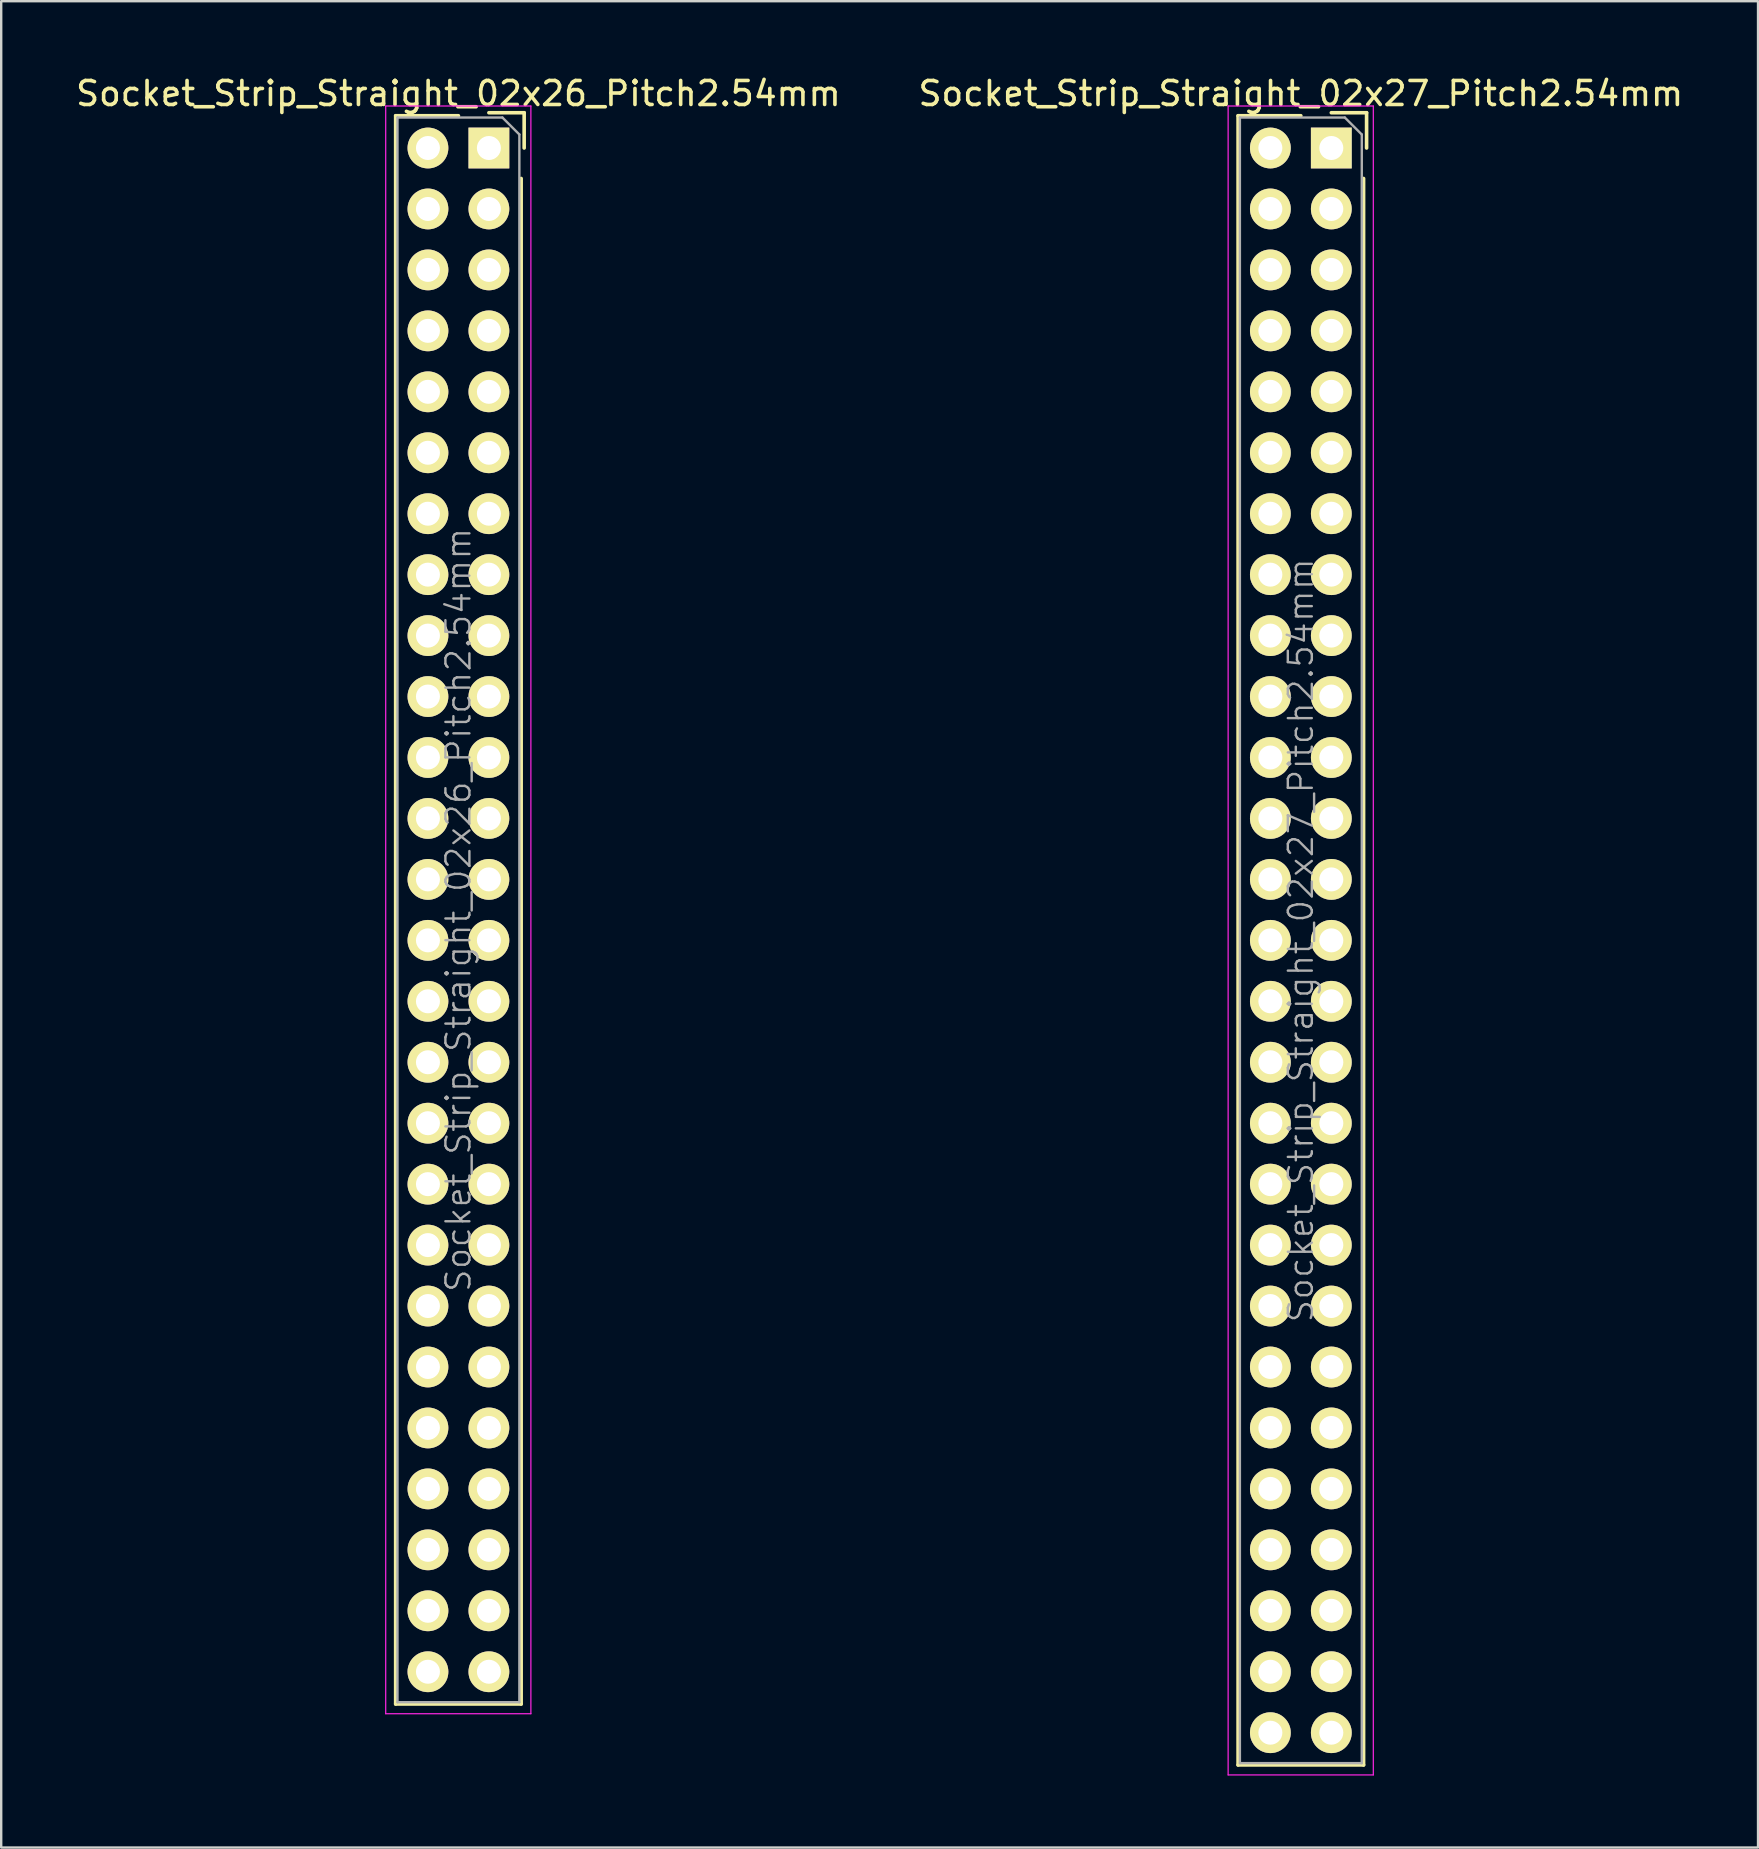
<source format=kicad_pcb>
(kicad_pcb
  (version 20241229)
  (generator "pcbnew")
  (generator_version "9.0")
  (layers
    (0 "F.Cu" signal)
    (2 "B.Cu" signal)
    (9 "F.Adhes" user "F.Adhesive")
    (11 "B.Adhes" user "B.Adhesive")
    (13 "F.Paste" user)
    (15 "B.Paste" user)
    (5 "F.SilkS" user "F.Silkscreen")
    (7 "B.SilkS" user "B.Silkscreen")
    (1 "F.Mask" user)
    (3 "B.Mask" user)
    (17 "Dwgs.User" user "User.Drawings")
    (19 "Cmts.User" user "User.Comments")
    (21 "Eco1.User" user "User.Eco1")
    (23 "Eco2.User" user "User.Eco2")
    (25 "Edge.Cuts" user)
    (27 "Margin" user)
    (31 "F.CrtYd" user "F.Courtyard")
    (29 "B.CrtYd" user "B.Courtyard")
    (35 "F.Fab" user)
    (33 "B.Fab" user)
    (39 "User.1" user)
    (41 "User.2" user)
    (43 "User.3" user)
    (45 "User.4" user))
  (footprint "Socket_Strip_Straight_02x27_Pitch2.54mm"
    (layer "F.Cu")
    (at 52.431 3.118)
    (property "Reference" "Socket_Strip_Straight_02x27_Pitch2.54mm" (at -1.27 -2.27 0) (layer "F.SilkS") (effects (font (size 1 1) (thickness 0.15))))
    (attr smd)
    (fp_line (start -3.885 -1.345) (end -3.885 67.385) (stroke (width 0.15) (type solid)) (layer "F.SilkS"))
    (fp_line (start -1.27 -1.345) (end -3.885 -1.345) (stroke (width 0.15) (type solid)) (layer "F.SilkS"))
    (fp_line (start 1.345 1.27) (end 1.345 67.385) (stroke (width 0.15) (type solid)) (layer "F.SilkS"))
    (fp_line (start 1.345 67.385) (end -3.885 67.385) (stroke (width 0.15) (type solid)) (layer "F.SilkS"))
    (fp_line (start 1.47 -1.47) (end 0 -1.47) (stroke (width 0.15) (type solid)) (layer "F.SilkS"))
    (fp_line (start 1.47 -1.47) (end 1.47 0) (stroke (width 0.15) (type solid)) (layer "F.SilkS"))
    (fp_line (start -4.3 -1.75) (end -4.3 67.8) (stroke (width 0.05) (type solid)) (layer "F.CrtYd"))
    (fp_line (start 1.75 -1.75) (end -4.3 -1.75) (stroke (width 0.05) (type solid)) (layer "F.CrtYd"))
    (fp_line (start 1.75 -1.75) (end 1.75 67.8) (stroke (width 0.05) (type solid)) (layer "F.CrtYd"))
    (fp_line (start 1.75 67.8) (end -4.3 67.8) (stroke (width 0.05) (type solid)) (layer "F.CrtYd"))
    (fp_line (start -3.81 -1.27) (end 0.563 -1.27) (stroke (width 0.1) (type solid)) (layer "F.Fab"))
    (fp_line (start -3.81 67.31) (end -3.81 -1.27) (stroke (width 0.1) (type solid)) (layer "F.Fab"))
    (fp_line (start -3.81 67.31) (end 1.27 67.31) (stroke (width 0.1) (type solid)) (layer "F.Fab"))
    (fp_line (start 1.27 -0.563) (end 0.563 -1.27) (stroke (width 0.1) (type solid)) (layer "F.Fab"))
    (fp_line (start 1.27 67.31) (end 1.27 -0.563) (stroke (width 0.1) (type solid)) (layer "F.Fab"))
    (fp_text user "${REFERENCE}" (at -1.27 33.02 90) (layer "F.Fab") (effects (font (size 1 1) (thickness 0.1))))
    (pad "1" thru_hole rect (at 0 0) (size 1.7 1.7) (drill 1) (layers "*.Cu" "*.Mask" "F.SilkS"))
    (pad "2" thru_hole oval (at -2.54 0) (size 1.7 1.7) (drill 1) (layers "*.Cu" "*.Mask" "F.SilkS"))
    (pad "3" thru_hole oval (at 0 2.54) (size 1.7 1.7) (drill 1) (layers "*.Cu" "*.Mask" "F.SilkS"))
    (pad "4" thru_hole oval (at -2.54 2.54) (size 1.7 1.7) (drill 1) (layers "*.Cu" "*.Mask" "F.SilkS"))
    (pad "5" thru_hole oval (at 0 5.08) (size 1.7 1.7) (drill 1) (layers "*.Cu" "*.Mask" "F.SilkS"))
    (pad "6" thru_hole oval (at -2.54 5.08) (size 1.7 1.7) (drill 1) (layers "*.Cu" "*.Mask" "F.SilkS"))
    (pad "7" thru_hole oval (at 0 7.62) (size 1.7 1.7) (drill 1) (layers "*.Cu" "*.Mask" "F.SilkS"))
    (pad "8" thru_hole oval (at -2.54 7.62) (size 1.7 1.7) (drill 1) (layers "*.Cu" "*.Mask" "F.SilkS"))
    (pad "9" thru_hole oval (at 0 10.16) (size 1.7 1.7) (drill 1) (layers "*.Cu" "*.Mask" "F.SilkS"))
    (pad "10" thru_hole oval (at -2.54 10.16) (size 1.7 1.7) (drill 1) (layers "*.Cu" "*.Mask" "F.SilkS"))
    (pad "11" thru_hole oval (at 0 12.7) (size 1.7 1.7) (drill 1) (layers "*.Cu" "*.Mask" "F.SilkS"))
    (pad "12" thru_hole oval (at -2.54 12.7) (size 1.7 1.7) (drill 1) (layers "*.Cu" "*.Mask" "F.SilkS"))
    (pad "13" thru_hole oval (at 0 15.24) (size 1.7 1.7) (drill 1) (layers "*.Cu" "*.Mask" "F.SilkS"))
    (pad "14" thru_hole oval (at -2.54 15.24) (size 1.7 1.7) (drill 1) (layers "*.Cu" "*.Mask" "F.SilkS"))
    (pad "15" thru_hole oval (at 0 17.78) (size 1.7 1.7) (drill 1) (layers "*.Cu" "*.Mask" "F.SilkS"))
    (pad "16" thru_hole oval (at -2.54 17.78) (size 1.7 1.7) (drill 1) (layers "*.Cu" "*.Mask" "F.SilkS"))
    (pad "17" thru_hole oval (at 0 20.32) (size 1.7 1.7) (drill 1) (layers "*.Cu" "*.Mask" "F.SilkS"))
    (pad "18" thru_hole oval (at -2.54 20.32) (size 1.7 1.7) (drill 1) (layers "*.Cu" "*.Mask" "F.SilkS"))
    (pad "19" thru_hole oval (at 0 22.86) (size 1.7 1.7) (drill 1) (layers "*.Cu" "*.Mask" "F.SilkS"))
    (pad "20" thru_hole oval (at -2.54 22.86) (size 1.7 1.7) (drill 1) (layers "*.Cu" "*.Mask" "F.SilkS"))
    (pad "21" thru_hole oval (at 0 25.4) (size 1.7 1.7) (drill 1) (layers "*.Cu" "*.Mask" "F.SilkS"))
    (pad "22" thru_hole oval (at -2.54 25.4) (size 1.7 1.7) (drill 1) (layers "*.Cu" "*.Mask" "F.SilkS"))
    (pad "23" thru_hole oval (at 0 27.94) (size 1.7 1.7) (drill 1) (layers "*.Cu" "*.Mask" "F.SilkS"))
    (pad "24" thru_hole oval (at -2.54 27.94) (size 1.7 1.7) (drill 1) (layers "*.Cu" "*.Mask" "F.SilkS"))
    (pad "25" thru_hole oval (at 0 30.48) (size 1.7 1.7) (drill 1) (layers "*.Cu" "*.Mask" "F.SilkS"))
    (pad "26" thru_hole oval (at -2.54 30.48) (size 1.7 1.7) (drill 1) (layers "*.Cu" "*.Mask" "F.SilkS"))
    (pad "27" thru_hole oval (at 0 33.02) (size 1.7 1.7) (drill 1) (layers "*.Cu" "*.Mask" "F.SilkS"))
    (pad "28" thru_hole oval (at -2.54 33.02) (size 1.7 1.7) (drill 1) (layers "*.Cu" "*.Mask" "F.SilkS"))
    (pad "29" thru_hole oval (at 0 35.56) (size 1.7 1.7) (drill 1) (layers "*.Cu" "*.Mask" "F.SilkS"))
    (pad "30" thru_hole oval (at -2.54 35.56) (size 1.7 1.7) (drill 1) (layers "*.Cu" "*.Mask" "F.SilkS"))
    (pad "31" thru_hole oval (at 0 38.1) (size 1.7 1.7) (drill 1) (layers "*.Cu" "*.Mask" "F.SilkS"))
    (pad "32" thru_hole oval (at -2.54 38.1) (size 1.7 1.7) (drill 1) (layers "*.Cu" "*.Mask" "F.SilkS"))
    (pad "33" thru_hole oval (at 0 40.64) (size 1.7 1.7) (drill 1) (layers "*.Cu" "*.Mask" "F.SilkS"))
    (pad "34" thru_hole oval (at -2.54 40.64) (size 1.7 1.7) (drill 1) (layers "*.Cu" "*.Mask" "F.SilkS"))
    (pad "35" thru_hole oval (at 0 43.18) (size 1.7 1.7) (drill 1) (layers "*.Cu" "*.Mask" "F.SilkS"))
    (pad "36" thru_hole oval (at -2.54 43.18) (size 1.7 1.7) (drill 1) (layers "*.Cu" "*.Mask" "F.SilkS"))
    (pad "37" thru_hole oval (at 0 45.72) (size 1.7 1.7) (drill 1) (layers "*.Cu" "*.Mask" "F.SilkS"))
    (pad "38" thru_hole oval (at -2.54 45.72) (size 1.7 1.7) (drill 1) (layers "*.Cu" "*.Mask" "F.SilkS"))
    (pad "39" thru_hole oval (at 0 48.26) (size 1.7 1.7) (drill 1) (layers "*.Cu" "*.Mask" "F.SilkS"))
    (pad "40" thru_hole oval (at -2.54 48.26) (size 1.7 1.7) (drill 1) (layers "*.Cu" "*.Mask" "F.SilkS"))
    (pad "41" thru_hole oval (at 0 50.8) (size 1.7 1.7) (drill 1) (layers "*.Cu" "*.Mask" "F.SilkS"))
    (pad "42" thru_hole oval (at -2.54 50.8) (size 1.7 1.7) (drill 1) (layers "*.Cu" "*.Mask" "F.SilkS"))
    (pad "43" thru_hole oval (at 0 53.34) (size 1.7 1.7) (drill 1) (layers "*.Cu" "*.Mask" "F.SilkS"))
    (pad "44" thru_hole oval (at -2.54 53.34) (size 1.7 1.7) (drill 1) (layers "*.Cu" "*.Mask" "F.SilkS"))
    (pad "45" thru_hole oval (at 0 55.88) (size 1.7 1.7) (drill 1) (layers "*.Cu" "*.Mask" "F.SilkS"))
    (pad "46" thru_hole oval (at -2.54 55.88) (size 1.7 1.7) (drill 1) (layers "*.Cu" "*.Mask" "F.SilkS"))
    (pad "47" thru_hole oval (at 0 58.42) (size 1.7 1.7) (drill 1) (layers "*.Cu" "*.Mask" "F.SilkS"))
    (pad "48" thru_hole oval (at -2.54 58.42) (size 1.7 1.7) (drill 1) (layers "*.Cu" "*.Mask" "F.SilkS"))
    (pad "49" thru_hole oval (at 0 60.96) (size 1.7 1.7) (drill 1) (layers "*.Cu" "*.Mask" "F.SilkS"))
    (pad "50" thru_hole oval (at -2.54 60.96) (size 1.7 1.7) (drill 1) (layers "*.Cu" "*.Mask" "F.SilkS"))
    (pad "51" thru_hole oval (at 0 63.5) (size 1.7 1.7) (drill 1) (layers "*.Cu" "*.Mask" "F.SilkS"))
    (pad "52" thru_hole oval (at -2.54 63.5) (size 1.7 1.7) (drill 1) (layers "*.Cu" "*.Mask" "F.SilkS"))
    (pad "53" thru_hole oval (at 0 66.04) (size 1.7 1.7) (drill 1) (layers "*.Cu" "*.Mask" "F.SilkS"))
    (pad "54" thru_hole oval (at -2.54 66.04) (size 1.7 1.7) (drill 1) (layers "*.Cu" "*.Mask" "F.SilkS")))
  (footprint "Socket_Strip_Straight_02x26_Pitch2.54mm"
    (layer "F.Cu")
    (at 17.324 3.118)
    (property "Reference" "Socket_Strip_Straight_02x26_Pitch2.54mm" (at -1.27 -2.27 0) (layer "F.SilkS") (effects (font (size 1 1) (thickness 0.15))))
    (attr smd)
    (fp_line (start -3.885 -1.345) (end -3.885 64.845) (stroke (width 0.15) (type solid)) (layer "F.SilkS"))
    (fp_line (start -1.27 -1.345) (end -3.885 -1.345) (stroke (width 0.15) (type solid)) (layer "F.SilkS"))
    (fp_line (start 1.345 1.27) (end 1.345 64.845) (stroke (width 0.15) (type solid)) (layer "F.SilkS"))
    (fp_line (start 1.345 64.845) (end -3.885 64.845) (stroke (width 0.15) (type solid)) (layer "F.SilkS"))
    (fp_line (start 1.47 -1.47) (end 0 -1.47) (stroke (width 0.15) (type solid)) (layer "F.SilkS"))
    (fp_line (start 1.47 -1.47) (end 1.47 0) (stroke (width 0.15) (type solid)) (layer "F.SilkS"))
    (fp_line (start -4.3 -1.75) (end -4.3 65.25) (stroke (width 0.05) (type solid)) (layer "F.CrtYd"))
    (fp_line (start 1.75 -1.75) (end -4.3 -1.75) (stroke (width 0.05) (type solid)) (layer "F.CrtYd"))
    (fp_line (start 1.75 -1.75) (end 1.75 65.25) (stroke (width 0.05) (type solid)) (layer "F.CrtYd"))
    (fp_line (start 1.75 65.25) (end -4.3 65.25) (stroke (width 0.05) (type solid)) (layer "F.CrtYd"))
    (fp_line (start -3.81 -1.27) (end 0.563 -1.27) (stroke (width 0.1) (type solid)) (layer "F.Fab"))
    (fp_line (start -3.81 64.77) (end -3.81 -1.27) (stroke (width 0.1) (type solid)) (layer "F.Fab"))
    (fp_line (start -3.81 64.77) (end 1.27 64.77) (stroke (width 0.1) (type solid)) (layer "F.Fab"))
    (fp_line (start 1.27 -0.563) (end 0.563 -1.27) (stroke (width 0.1) (type solid)) (layer "F.Fab"))
    (fp_line (start 1.27 64.77) (end 1.27 -0.563) (stroke (width 0.1) (type solid)) (layer "F.Fab"))
    (fp_text user "${REFERENCE}" (at -1.27 31.75 90) (layer "F.Fab") (effects (font (size 1 1) (thickness 0.1))))
    (pad "1" thru_hole rect (at 0 0) (size 1.7 1.7) (drill 1) (layers "*.Cu" "*.Mask" "F.SilkS"))
    (pad "2" thru_hole oval (at -2.54 0) (size 1.7 1.7) (drill 1) (layers "*.Cu" "*.Mask" "F.SilkS"))
    (pad "3" thru_hole oval (at 0 2.54) (size 1.7 1.7) (drill 1) (layers "*.Cu" "*.Mask" "F.SilkS"))
    (pad "4" thru_hole oval (at -2.54 2.54) (size 1.7 1.7) (drill 1) (layers "*.Cu" "*.Mask" "F.SilkS"))
    (pad "5" thru_hole oval (at 0 5.08) (size 1.7 1.7) (drill 1) (layers "*.Cu" "*.Mask" "F.SilkS"))
    (pad "6" thru_hole oval (at -2.54 5.08) (size 1.7 1.7) (drill 1) (layers "*.Cu" "*.Mask" "F.SilkS"))
    (pad "7" thru_hole oval (at 0 7.62) (size 1.7 1.7) (drill 1) (layers "*.Cu" "*.Mask" "F.SilkS"))
    (pad "8" thru_hole oval (at -2.54 7.62) (size 1.7 1.7) (drill 1) (layers "*.Cu" "*.Mask" "F.SilkS"))
    (pad "9" thru_hole oval (at 0 10.16) (size 1.7 1.7) (drill 1) (layers "*.Cu" "*.Mask" "F.SilkS"))
    (pad "10" thru_hole oval (at -2.54 10.16) (size 1.7 1.7) (drill 1) (layers "*.Cu" "*.Mask" "F.SilkS"))
    (pad "11" thru_hole oval (at 0 12.7) (size 1.7 1.7) (drill 1) (layers "*.Cu" "*.Mask" "F.SilkS"))
    (pad "12" thru_hole oval (at -2.54 12.7) (size 1.7 1.7) (drill 1) (layers "*.Cu" "*.Mask" "F.SilkS"))
    (pad "13" thru_hole oval (at 0 15.24) (size 1.7 1.7) (drill 1) (layers "*.Cu" "*.Mask" "F.SilkS"))
    (pad "14" thru_hole oval (at -2.54 15.24) (size 1.7 1.7) (drill 1) (layers "*.Cu" "*.Mask" "F.SilkS"))
    (pad "15" thru_hole oval (at 0 17.78) (size 1.7 1.7) (drill 1) (layers "*.Cu" "*.Mask" "F.SilkS"))
    (pad "16" thru_hole oval (at -2.54 17.78) (size 1.7 1.7) (drill 1) (layers "*.Cu" "*.Mask" "F.SilkS"))
    (pad "17" thru_hole oval (at 0 20.32) (size 1.7 1.7) (drill 1) (layers "*.Cu" "*.Mask" "F.SilkS"))
    (pad "18" thru_hole oval (at -2.54 20.32) (size 1.7 1.7) (drill 1) (layers "*.Cu" "*.Mask" "F.SilkS"))
    (pad "19" thru_hole oval (at 0 22.86) (size 1.7 1.7) (drill 1) (layers "*.Cu" "*.Mask" "F.SilkS"))
    (pad "20" thru_hole oval (at -2.54 22.86) (size 1.7 1.7) (drill 1) (layers "*.Cu" "*.Mask" "F.SilkS"))
    (pad "21" thru_hole oval (at 0 25.4) (size 1.7 1.7) (drill 1) (layers "*.Cu" "*.Mask" "F.SilkS"))
    (pad "22" thru_hole oval (at -2.54 25.4) (size 1.7 1.7) (drill 1) (layers "*.Cu" "*.Mask" "F.SilkS"))
    (pad "23" thru_hole oval (at 0 27.94) (size 1.7 1.7) (drill 1) (layers "*.Cu" "*.Mask" "F.SilkS"))
    (pad "24" thru_hole oval (at -2.54 27.94) (size 1.7 1.7) (drill 1) (layers "*.Cu" "*.Mask" "F.SilkS"))
    (pad "25" thru_hole oval (at 0 30.48) (size 1.7 1.7) (drill 1) (layers "*.Cu" "*.Mask" "F.SilkS"))
    (pad "26" thru_hole oval (at -2.54 30.48) (size 1.7 1.7) (drill 1) (layers "*.Cu" "*.Mask" "F.SilkS"))
    (pad "27" thru_hole oval (at 0 33.02) (size 1.7 1.7) (drill 1) (layers "*.Cu" "*.Mask" "F.SilkS"))
    (pad "28" thru_hole oval (at -2.54 33.02) (size 1.7 1.7) (drill 1) (layers "*.Cu" "*.Mask" "F.SilkS"))
    (pad "29" thru_hole oval (at 0 35.56) (size 1.7 1.7) (drill 1) (layers "*.Cu" "*.Mask" "F.SilkS"))
    (pad "30" thru_hole oval (at -2.54 35.56) (size 1.7 1.7) (drill 1) (layers "*.Cu" "*.Mask" "F.SilkS"))
    (pad "31" thru_hole oval (at 0 38.1) (size 1.7 1.7) (drill 1) (layers "*.Cu" "*.Mask" "F.SilkS"))
    (pad "32" thru_hole oval (at -2.54 38.1) (size 1.7 1.7) (drill 1) (layers "*.Cu" "*.Mask" "F.SilkS"))
    (pad "33" thru_hole oval (at 0 40.64) (size 1.7 1.7) (drill 1) (layers "*.Cu" "*.Mask" "F.SilkS"))
    (pad "34" thru_hole oval (at -2.54 40.64) (size 1.7 1.7) (drill 1) (layers "*.Cu" "*.Mask" "F.SilkS"))
    (pad "35" thru_hole oval (at 0 43.18) (size 1.7 1.7) (drill 1) (layers "*.Cu" "*.Mask" "F.SilkS"))
    (pad "36" thru_hole oval (at -2.54 43.18) (size 1.7 1.7) (drill 1) (layers "*.Cu" "*.Mask" "F.SilkS"))
    (pad "37" thru_hole oval (at 0 45.72) (size 1.7 1.7) (drill 1) (layers "*.Cu" "*.Mask" "F.SilkS"))
    (pad "38" thru_hole oval (at -2.54 45.72) (size 1.7 1.7) (drill 1) (layers "*.Cu" "*.Mask" "F.SilkS"))
    (pad "39" thru_hole oval (at 0 48.26) (size 1.7 1.7) (drill 1) (layers "*.Cu" "*.Mask" "F.SilkS"))
    (pad "40" thru_hole oval (at -2.54 48.26) (size 1.7 1.7) (drill 1) (layers "*.Cu" "*.Mask" "F.SilkS"))
    (pad "41" thru_hole oval (at 0 50.8) (size 1.7 1.7) (drill 1) (layers "*.Cu" "*.Mask" "F.SilkS"))
    (pad "42" thru_hole oval (at -2.54 50.8) (size 1.7 1.7) (drill 1) (layers "*.Cu" "*.Mask" "F.SilkS"))
    (pad "43" thru_hole oval (at 0 53.34) (size 1.7 1.7) (drill 1) (layers "*.Cu" "*.Mask" "F.SilkS"))
    (pad "44" thru_hole oval (at -2.54 53.34) (size 1.7 1.7) (drill 1) (layers "*.Cu" "*.Mask" "F.SilkS"))
    (pad "45" thru_hole oval (at 0 55.88) (size 1.7 1.7) (drill 1) (layers "*.Cu" "*.Mask" "F.SilkS"))
    (pad "46" thru_hole oval (at -2.54 55.88) (size 1.7 1.7) (drill 1) (layers "*.Cu" "*.Mask" "F.SilkS"))
    (pad "47" thru_hole oval (at 0 58.42) (size 1.7 1.7) (drill 1) (layers "*.Cu" "*.Mask" "F.SilkS"))
    (pad "48" thru_hole oval (at -2.54 58.42) (size 1.7 1.7) (drill 1) (layers "*.Cu" "*.Mask" "F.SilkS"))
    (pad "49" thru_hole oval (at 0 60.96) (size 1.7 1.7) (drill 1) (layers "*.Cu" "*.Mask" "F.SilkS"))
    (pad "50" thru_hole oval (at -2.54 60.96) (size 1.7 1.7) (drill 1) (layers "*.Cu" "*.Mask" "F.SilkS"))
    (pad "51" thru_hole oval (at 0 63.5) (size 1.7 1.7) (drill 1) (layers "*.Cu" "*.Mask" "F.SilkS"))
    (pad "52" thru_hole oval (at -2.54 63.5) (size 1.7 1.7) (drill 1) (layers "*.Cu" "*.Mask" "F.SilkS")))
  (gr_rect
    (start -3 -3)
    (end 70.214 73.943)
    (stroke (width 0.1) (type default))
    (fill no)
    (layer "Edge.Cuts")))
</source>
